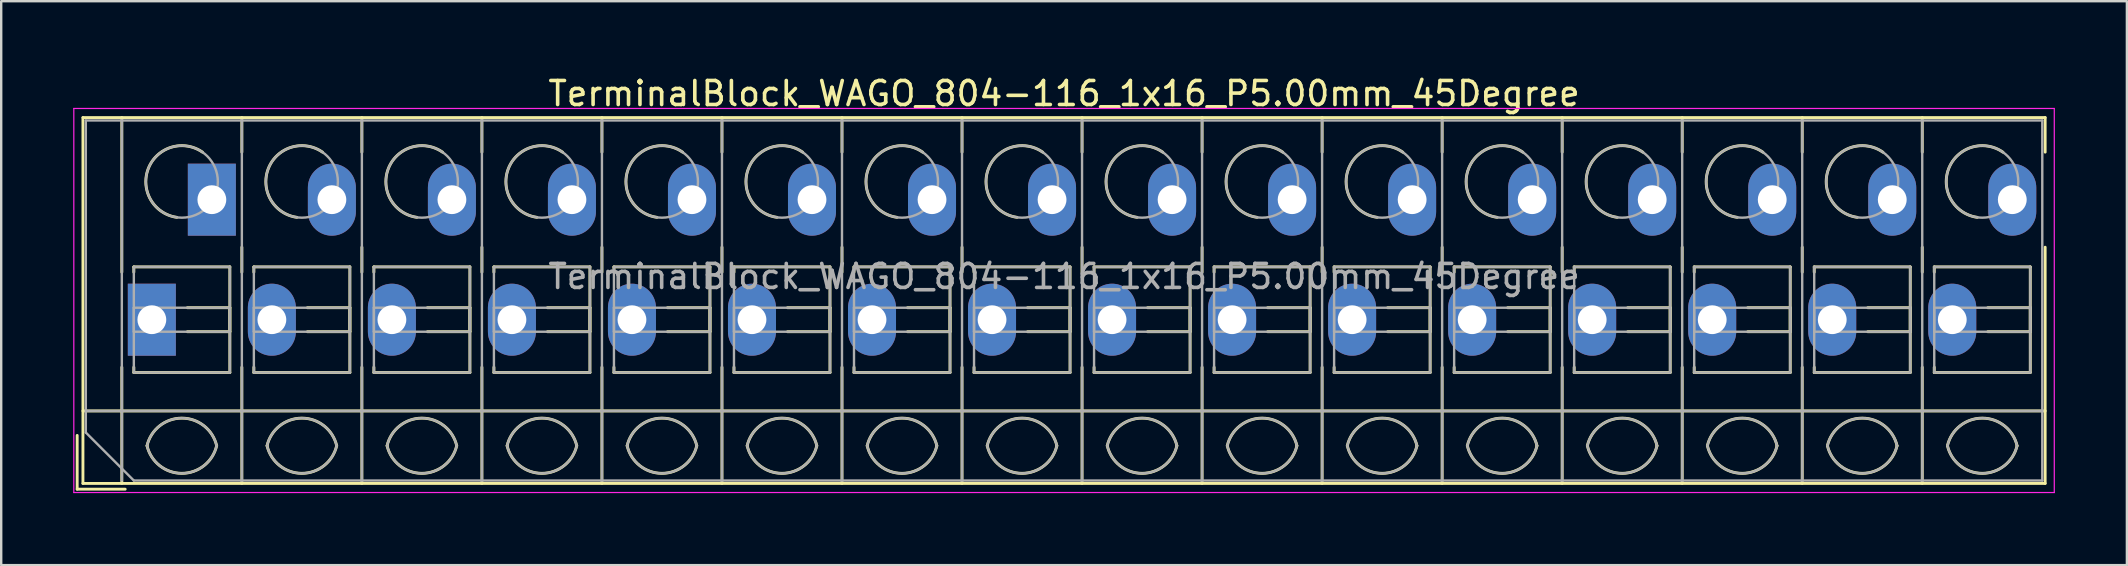
<source format=kicad_pcb>
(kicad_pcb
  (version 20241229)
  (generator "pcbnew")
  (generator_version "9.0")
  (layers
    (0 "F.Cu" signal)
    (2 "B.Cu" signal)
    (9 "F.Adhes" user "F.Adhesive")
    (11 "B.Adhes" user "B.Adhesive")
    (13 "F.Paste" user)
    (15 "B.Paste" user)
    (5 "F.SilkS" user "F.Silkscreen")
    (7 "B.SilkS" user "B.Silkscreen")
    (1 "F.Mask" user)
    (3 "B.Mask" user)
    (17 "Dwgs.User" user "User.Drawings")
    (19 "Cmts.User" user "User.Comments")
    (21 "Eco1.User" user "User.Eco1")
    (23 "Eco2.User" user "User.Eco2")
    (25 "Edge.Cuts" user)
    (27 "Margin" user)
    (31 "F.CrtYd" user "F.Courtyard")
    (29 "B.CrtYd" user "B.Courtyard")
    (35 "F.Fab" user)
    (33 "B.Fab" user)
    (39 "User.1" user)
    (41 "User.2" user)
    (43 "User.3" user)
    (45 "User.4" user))
  (footprint "TerminalBlock_WAGO_804-116_1x16_P5.00mm_45Degree"
    (layer "F.Cu")
    (at 3.275 10.268)
    (property "Reference" "TerminalBlock_WAGO_804-116_1x16_P5.00mm_45Degree" (at 38 -9.42 0) (layer "F.SilkS") (effects (font (size 1 1) (thickness 0.15))))
    (attr through_hole)
    (fp_line (start -3.11 4.82) (end -3.11 7.06) (stroke (width 0.12) (type solid)) (layer "F.SilkS"))
    (fp_line (start -3.11 7.06) (end -1.11 7.06) (stroke (width 0.12) (type solid)) (layer "F.SilkS"))
    (fp_line (start -2.87 -8.42) (end -2.87 6.82) (stroke (width 0.12) (type solid)) (layer "F.SilkS"))
    (fp_line (start -2.87 -8.42) (end 78.87 -8.42) (stroke (width 0.12) (type solid)) (layer "F.SilkS"))
    (fp_line (start -2.87 3.8) (end 78.87 3.8) (stroke (width 0.12) (type solid)) (layer "F.SilkS"))
    (fp_line (start -2.87 6.82) (end 78.87 6.82) (stroke (width 0.12) (type solid)) (layer "F.SilkS"))
    (fp_line (start -1.25 -8.42) (end -1.25 -1.98) (stroke (width 0.12) (type solid)) (layer "F.SilkS"))
    (fp_line (start -1.25 1.98) (end -1.25 6.82) (stroke (width 0.12) (type solid)) (layer "F.SilkS"))
    (fp_line (start -0.75 -2.2) (end -0.75 -1.98) (stroke (width 0.12) (type solid)) (layer "F.SilkS"))
    (fp_line (start -0.75 -2.2) (end 3.25 -2.2) (stroke (width 0.12) (type solid)) (layer "F.SilkS"))
    (fp_line (start -0.75 1.98) (end -0.75 2.2) (stroke (width 0.12) (type solid)) (layer "F.SilkS"))
    (fp_line (start -0.75 2.2) (end 3.25 2.2) (stroke (width 0.12) (type solid)) (layer "F.SilkS"))
    (fp_line (start 1.48 -0.5) (end 3.25 -0.5) (stroke (width 0.12) (type solid)) (layer "F.SilkS"))
    (fp_line (start 1.48 0.5) (end 3.25 0.5) (stroke (width 0.12) (type solid)) (layer "F.SilkS"))
    (fp_line (start 3.25 -2.2) (end 3.25 2.2) (stroke (width 0.12) (type solid)) (layer "F.SilkS"))
    (fp_line (start 3.25 -0.5) (end 3.25 0.5) (stroke (width 0.12) (type solid)) (layer "F.SilkS"))
    (fp_line (start 3.75 -8.42) (end 3.75 -6.98) (stroke (width 0.12) (type solid)) (layer "F.SilkS"))
    (fp_line (start 3.75 -3.02) (end 3.75 -1.98) (stroke (width 0.12) (type solid)) (layer "F.SilkS"))
    (fp_line (start 3.75 1.98) (end 3.75 6.82) (stroke (width 0.12) (type solid)) (layer "F.SilkS"))
    (fp_line (start 4.25 -2.2) (end 4.25 -1.98) (stroke (width 0.12) (type solid)) (layer "F.SilkS"))
    (fp_line (start 4.25 -2.2) (end 8.25 -2.2) (stroke (width 0.12) (type solid)) (layer "F.SilkS"))
    (fp_line (start 4.25 1.98) (end 4.25 2.2) (stroke (width 0.12) (type solid)) (layer "F.SilkS"))
    (fp_line (start 4.25 2.2) (end 8.25 2.2) (stroke (width 0.12) (type solid)) (layer "F.SilkS"))
    (fp_line (start 6.48 -0.5) (end 8.25 -0.5) (stroke (width 0.12) (type solid)) (layer "F.SilkS"))
    (fp_line (start 6.48 0.5) (end 8.25 0.5) (stroke (width 0.12) (type solid)) (layer "F.SilkS"))
    (fp_line (start 8.25 -2.2) (end 8.25 2.2) (stroke (width 0.12) (type solid)) (layer "F.SilkS"))
    (fp_line (start 8.25 -0.5) (end 8.25 0.5) (stroke (width 0.12) (type solid)) (layer "F.SilkS"))
    (fp_line (start 8.75 -8.42) (end 8.75 -6.98) (stroke (width 0.12) (type solid)) (layer "F.SilkS"))
    (fp_line (start 8.75 -3.02) (end 8.75 -1.98) (stroke (width 0.12) (type solid)) (layer "F.SilkS"))
    (fp_line (start 8.75 1.98) (end 8.75 6.82) (stroke (width 0.12) (type solid)) (layer "F.SilkS"))
    (fp_line (start 9.25 -2.2) (end 9.25 -1.98) (stroke (width 0.12) (type solid)) (layer "F.SilkS"))
    (fp_line (start 9.25 -2.2) (end 13.25 -2.2) (stroke (width 0.12) (type solid)) (layer "F.SilkS"))
    (fp_line (start 9.25 1.98) (end 9.25 2.2) (stroke (width 0.12) (type solid)) (layer "F.SilkS"))
    (fp_line (start 9.25 2.2) (end 13.25 2.2) (stroke (width 0.12) (type solid)) (layer "F.SilkS"))
    (fp_line (start 11.48 -0.5) (end 13.25 -0.5) (stroke (width 0.12) (type solid)) (layer "F.SilkS"))
    (fp_line (start 11.48 0.5) (end 13.25 0.5) (stroke (width 0.12) (type solid)) (layer "F.SilkS"))
    (fp_line (start 13.25 -2.2) (end 13.25 2.2) (stroke (width 0.12) (type solid)) (layer "F.SilkS"))
    (fp_line (start 13.25 -0.5) (end 13.25 0.5) (stroke (width 0.12) (type solid)) (layer "F.SilkS"))
    (fp_line (start 13.75 -8.42) (end 13.75 -6.98) (stroke (width 0.12) (type solid)) (layer "F.SilkS"))
    (fp_line (start 13.75 -3.02) (end 13.75 -1.98) (stroke (width 0.12) (type solid)) (layer "F.SilkS"))
    (fp_line (start 13.75 1.98) (end 13.75 6.82) (stroke (width 0.12) (type solid)) (layer "F.SilkS"))
    (fp_line (start 14.25 -2.2) (end 14.25 -1.98) (stroke (width 0.12) (type solid)) (layer "F.SilkS"))
    (fp_line (start 14.25 -2.2) (end 18.25 -2.2) (stroke (width 0.12) (type solid)) (layer "F.SilkS"))
    (fp_line (start 14.25 1.98) (end 14.25 2.2) (stroke (width 0.12) (type solid)) (layer "F.SilkS"))
    (fp_line (start 14.25 2.2) (end 18.25 2.2) (stroke (width 0.12) (type solid)) (layer "F.SilkS"))
    (fp_line (start 16.48 -0.5) (end 18.25 -0.5) (stroke (width 0.12) (type solid)) (layer "F.SilkS"))
    (fp_line (start 16.48 0.5) (end 18.25 0.5) (stroke (width 0.12) (type solid)) (layer "F.SilkS"))
    (fp_line (start 18.25 -2.2) (end 18.25 2.2) (stroke (width 0.12) (type solid)) (layer "F.SilkS"))
    (fp_line (start 18.25 -0.5) (end 18.25 0.5) (stroke (width 0.12) (type solid)) (layer "F.SilkS"))
    (fp_line (start 18.75 -8.42) (end 18.75 -6.98) (stroke (width 0.12) (type solid)) (layer "F.SilkS"))
    (fp_line (start 18.75 -3.02) (end 18.75 -1.98) (stroke (width 0.12) (type solid)) (layer "F.SilkS"))
    (fp_line (start 18.75 1.98) (end 18.75 6.82) (stroke (width 0.12) (type solid)) (layer "F.SilkS"))
    (fp_line (start 19.25 -2.2) (end 19.25 -1.98) (stroke (width 0.12) (type solid)) (layer "F.SilkS"))
    (fp_line (start 19.25 -2.2) (end 23.25 -2.2) (stroke (width 0.12) (type solid)) (layer "F.SilkS"))
    (fp_line (start 19.25 1.98) (end 19.25 2.2) (stroke (width 0.12) (type solid)) (layer "F.SilkS"))
    (fp_line (start 19.25 2.2) (end 23.25 2.2) (stroke (width 0.12) (type solid)) (layer "F.SilkS"))
    (fp_line (start 21.48 -0.5) (end 23.25 -0.5) (stroke (width 0.12) (type solid)) (layer "F.SilkS"))
    (fp_line (start 21.48 0.5) (end 23.25 0.5) (stroke (width 0.12) (type solid)) (layer "F.SilkS"))
    (fp_line (start 23.25 -2.2) (end 23.25 2.2) (stroke (width 0.12) (type solid)) (layer "F.SilkS"))
    (fp_line (start 23.25 -0.5) (end 23.25 0.5) (stroke (width 0.12) (type solid)) (layer "F.SilkS"))
    (fp_line (start 23.75 -8.42) (end 23.75 -6.98) (stroke (width 0.12) (type solid)) (layer "F.SilkS"))
    (fp_line (start 23.75 -3.02) (end 23.75 -1.98) (stroke (width 0.12) (type solid)) (layer "F.SilkS"))
    (fp_line (start 23.75 1.98) (end 23.75 6.82) (stroke (width 0.12) (type solid)) (layer "F.SilkS"))
    (fp_line (start 24.25 -2.2) (end 24.25 -1.98) (stroke (width 0.12) (type solid)) (layer "F.SilkS"))
    (fp_line (start 24.25 -2.2) (end 28.25 -2.2) (stroke (width 0.12) (type solid)) (layer "F.SilkS"))
    (fp_line (start 24.25 1.98) (end 24.25 2.2) (stroke (width 0.12) (type solid)) (layer "F.SilkS"))
    (fp_line (start 24.25 2.2) (end 28.25 2.2) (stroke (width 0.12) (type solid)) (layer "F.SilkS"))
    (fp_line (start 26.48 -0.5) (end 28.25 -0.5) (stroke (width 0.12) (type solid)) (layer "F.SilkS"))
    (fp_line (start 26.48 0.5) (end 28.25 0.5) (stroke (width 0.12) (type solid)) (layer "F.SilkS"))
    (fp_line (start 28.25 -2.2) (end 28.25 2.2) (stroke (width 0.12) (type solid)) (layer "F.SilkS"))
    (fp_line (start 28.25 -0.5) (end 28.25 0.5) (stroke (width 0.12) (type solid)) (layer "F.SilkS"))
    (fp_line (start 28.75 -8.42) (end 28.75 -6.98) (stroke (width 0.12) (type solid)) (layer "F.SilkS"))
    (fp_line (start 28.75 -3.02) (end 28.75 -1.98) (stroke (width 0.12) (type solid)) (layer "F.SilkS"))
    (fp_line (start 28.75 1.98) (end 28.75 6.82) (stroke (width 0.12) (type solid)) (layer "F.SilkS"))
    (fp_line (start 29.25 -2.2) (end 29.25 -1.98) (stroke (width 0.12) (type solid)) (layer "F.SilkS"))
    (fp_line (start 29.25 -2.2) (end 33.25 -2.2) (stroke (width 0.12) (type solid)) (layer "F.SilkS"))
    (fp_line (start 29.25 1.98) (end 29.25 2.2) (stroke (width 0.12) (type solid)) (layer "F.SilkS"))
    (fp_line (start 29.25 2.2) (end 33.25 2.2) (stroke (width 0.12) (type solid)) (layer "F.SilkS"))
    (fp_line (start 31.48 -0.5) (end 33.25 -0.5) (stroke (width 0.12) (type solid)) (layer "F.SilkS"))
    (fp_line (start 31.48 0.5) (end 33.25 0.5) (stroke (width 0.12) (type solid)) (layer "F.SilkS"))
    (fp_line (start 33.25 -2.2) (end 33.25 2.2) (stroke (width 0.12) (type solid)) (layer "F.SilkS"))
    (fp_line (start 33.25 -0.5) (end 33.25 0.5) (stroke (width 0.12) (type solid)) (layer "F.SilkS"))
    (fp_line (start 33.75 -8.42) (end 33.75 -6.98) (stroke (width 0.12) (type solid)) (layer "F.SilkS"))
    (fp_line (start 33.75 -3.02) (end 33.75 -1.98) (stroke (width 0.12) (type solid)) (layer "F.SilkS"))
    (fp_line (start 33.75 1.98) (end 33.75 6.82) (stroke (width 0.12) (type solid)) (layer "F.SilkS"))
    (fp_line (start 34.25 -2.2) (end 34.25 -1.98) (stroke (width 0.12) (type solid)) (layer "F.SilkS"))
    (fp_line (start 34.25 -2.2) (end 38.25 -2.2) (stroke (width 0.12) (type solid)) (layer "F.SilkS"))
    (fp_line (start 34.25 1.98) (end 34.25 2.2) (stroke (width 0.12) (type solid)) (layer "F.SilkS"))
    (fp_line (start 34.25 2.2) (end 38.25 2.2) (stroke (width 0.12) (type solid)) (layer "F.SilkS"))
    (fp_line (start 36.48 -0.5) (end 38.25 -0.5) (stroke (width 0.12) (type solid)) (layer "F.SilkS"))
    (fp_line (start 36.48 0.5) (end 38.25 0.5) (stroke (width 0.12) (type solid)) (layer "F.SilkS"))
    (fp_line (start 38.25 -2.2) (end 38.25 2.2) (stroke (width 0.12) (type solid)) (layer "F.SilkS"))
    (fp_line (start 38.25 -0.5) (end 38.25 0.5) (stroke (width 0.12) (type solid)) (layer "F.SilkS"))
    (fp_line (start 38.75 -8.42) (end 38.75 -6.98) (stroke (width 0.12) (type solid)) (layer "F.SilkS"))
    (fp_line (start 38.75 -3.02) (end 38.75 -1.98) (stroke (width 0.12) (type solid)) (layer "F.SilkS"))
    (fp_line (start 38.75 1.98) (end 38.75 6.82) (stroke (width 0.12) (type solid)) (layer "F.SilkS"))
    (fp_line (start 39.25 -2.2) (end 39.25 -1.98) (stroke (width 0.12) (type solid)) (layer "F.SilkS"))
    (fp_line (start 39.25 -2.2) (end 43.25 -2.2) (stroke (width 0.12) (type solid)) (layer "F.SilkS"))
    (fp_line (start 39.25 1.98) (end 39.25 2.2) (stroke (width 0.12) (type solid)) (layer "F.SilkS"))
    (fp_line (start 39.25 2.2) (end 43.25 2.2) (stroke (width 0.12) (type solid)) (layer "F.SilkS"))
    (fp_line (start 41.48 -0.5) (end 43.25 -0.5) (stroke (width 0.12) (type solid)) (layer "F.SilkS"))
    (fp_line (start 41.48 0.5) (end 43.25 0.5) (stroke (width 0.12) (type solid)) (layer "F.SilkS"))
    (fp_line (start 43.25 -2.2) (end 43.25 2.2) (stroke (width 0.12) (type solid)) (layer "F.SilkS"))
    (fp_line (start 43.25 -0.5) (end 43.25 0.5) (stroke (width 0.12) (type solid)) (layer "F.SilkS"))
    (fp_line (start 43.75 -8.42) (end 43.75 -6.98) (stroke (width 0.12) (type solid)) (layer "F.SilkS"))
    (fp_line (start 43.75 -3.02) (end 43.75 -1.98) (stroke (width 0.12) (type solid)) (layer "F.SilkS"))
    (fp_line (start 43.75 1.98) (end 43.75 6.82) (stroke (width 0.12) (type solid)) (layer "F.SilkS"))
    (fp_line (start 44.25 -2.2) (end 44.25 -1.98) (stroke (width 0.12) (type solid)) (layer "F.SilkS"))
    (fp_line (start 44.25 -2.2) (end 48.25 -2.2) (stroke (width 0.12) (type solid)) (layer "F.SilkS"))
    (fp_line (start 44.25 1.98) (end 44.25 2.2) (stroke (width 0.12) (type solid)) (layer "F.SilkS"))
    (fp_line (start 44.25 2.2) (end 48.25 2.2) (stroke (width 0.12) (type solid)) (layer "F.SilkS"))
    (fp_line (start 46.48 -0.5) (end 48.25 -0.5) (stroke (width 0.12) (type solid)) (layer "F.SilkS"))
    (fp_line (start 46.48 0.5) (end 48.25 0.5) (stroke (width 0.12) (type solid)) (layer "F.SilkS"))
    (fp_line (start 48.25 -2.2) (end 48.25 2.2) (stroke (width 0.12) (type solid)) (layer "F.SilkS"))
    (fp_line (start 48.25 -0.5) (end 48.25 0.5) (stroke (width 0.12) (type solid)) (layer "F.SilkS"))
    (fp_line (start 48.75 -8.42) (end 48.75 -6.98) (stroke (width 0.12) (type solid)) (layer "F.SilkS"))
    (fp_line (start 48.75 -3.02) (end 48.75 -1.98) (stroke (width 0.12) (type solid)) (layer "F.SilkS"))
    (fp_line (start 48.75 1.98) (end 48.75 6.82) (stroke (width 0.12) (type solid)) (layer "F.SilkS"))
    (fp_line (start 49.25 -2.2) (end 49.25 -1.98) (stroke (width 0.12) (type solid)) (layer "F.SilkS"))
    (fp_line (start 49.25 -2.2) (end 53.25 -2.2) (stroke (width 0.12) (type solid)) (layer "F.SilkS"))
    (fp_line (start 49.25 1.98) (end 49.25 2.2) (stroke (width 0.12) (type solid)) (layer "F.SilkS"))
    (fp_line (start 49.25 2.2) (end 53.25 2.2) (stroke (width 0.12) (type solid)) (layer "F.SilkS"))
    (fp_line (start 51.48 -0.5) (end 53.25 -0.5) (stroke (width 0.12) (type solid)) (layer "F.SilkS"))
    (fp_line (start 51.48 0.5) (end 53.25 0.5) (stroke (width 0.12) (type solid)) (layer "F.SilkS"))
    (fp_line (start 53.25 -2.2) (end 53.25 2.2) (stroke (width 0.12) (type solid)) (layer "F.SilkS"))
    (fp_line (start 53.25 -0.5) (end 53.25 0.5) (stroke (width 0.12) (type solid)) (layer "F.SilkS"))
    (fp_line (start 53.75 -8.42) (end 53.75 -6.98) (stroke (width 0.12) (type solid)) (layer "F.SilkS"))
    (fp_line (start 53.75 -3.02) (end 53.75 -1.98) (stroke (width 0.12) (type solid)) (layer "F.SilkS"))
    (fp_line (start 53.75 1.98) (end 53.75 6.82) (stroke (width 0.12) (type solid)) (layer "F.SilkS"))
    (fp_line (start 54.25 -2.2) (end 54.25 -1.98) (stroke (width 0.12) (type solid)) (layer "F.SilkS"))
    (fp_line (start 54.25 -2.2) (end 58.25 -2.2) (stroke (width 0.12) (type solid)) (layer "F.SilkS"))
    (fp_line (start 54.25 1.98) (end 54.25 2.2) (stroke (width 0.12) (type solid)) (layer "F.SilkS"))
    (fp_line (start 54.25 2.2) (end 58.25 2.2) (stroke (width 0.12) (type solid)) (layer "F.SilkS"))
    (fp_line (start 56.48 -0.5) (end 58.25 -0.5) (stroke (width 0.12) (type solid)) (layer "F.SilkS"))
    (fp_line (start 56.48 0.5) (end 58.25 0.5) (stroke (width 0.12) (type solid)) (layer "F.SilkS"))
    (fp_line (start 58.25 -2.2) (end 58.25 2.2) (stroke (width 0.12) (type solid)) (layer "F.SilkS"))
    (fp_line (start 58.25 -0.5) (end 58.25 0.5) (stroke (width 0.12) (type solid)) (layer "F.SilkS"))
    (fp_line (start 58.75 -8.42) (end 58.75 -6.98) (stroke (width 0.12) (type solid)) (layer "F.SilkS"))
    (fp_line (start 58.75 -3.02) (end 58.75 -1.98) (stroke (width 0.12) (type solid)) (layer "F.SilkS"))
    (fp_line (start 58.75 1.98) (end 58.75 6.82) (stroke (width 0.12) (type solid)) (layer "F.SilkS"))
    (fp_line (start 59.25 -2.2) (end 59.25 -1.98) (stroke (width 0.12) (type solid)) (layer "F.SilkS"))
    (fp_line (start 59.25 -2.2) (end 63.25 -2.2) (stroke (width 0.12) (type solid)) (layer "F.SilkS"))
    (fp_line (start 59.25 1.98) (end 59.25 2.2) (stroke (width 0.12) (type solid)) (layer "F.SilkS"))
    (fp_line (start 59.25 2.2) (end 63.25 2.2) (stroke (width 0.12) (type solid)) (layer "F.SilkS"))
    (fp_line (start 61.48 -0.5) (end 63.25 -0.5) (stroke (width 0.12) (type solid)) (layer "F.SilkS"))
    (fp_line (start 61.48 0.5) (end 63.25 0.5) (stroke (width 0.12) (type solid)) (layer "F.SilkS"))
    (fp_line (start 63.25 -2.2) (end 63.25 2.2) (stroke (width 0.12) (type solid)) (layer "F.SilkS"))
    (fp_line (start 63.25 -0.5) (end 63.25 0.5) (stroke (width 0.12) (type solid)) (layer "F.SilkS"))
    (fp_line (start 63.75 -8.42) (end 63.75 -6.98) (stroke (width 0.12) (type solid)) (layer "F.SilkS"))
    (fp_line (start 63.75 -3.02) (end 63.75 -1.98) (stroke (width 0.12) (type solid)) (layer "F.SilkS"))
    (fp_line (start 63.75 1.98) (end 63.75 6.82) (stroke (width 0.12) (type solid)) (layer "F.SilkS"))
    (fp_line (start 64.25 -2.2) (end 64.25 -1.98) (stroke (width 0.12) (type solid)) (layer "F.SilkS"))
    (fp_line (start 64.25 -2.2) (end 68.25 -2.2) (stroke (width 0.12) (type solid)) (layer "F.SilkS"))
    (fp_line (start 64.25 1.98) (end 64.25 2.2) (stroke (width 0.12) (type solid)) (layer "F.SilkS"))
    (fp_line (start 64.25 2.2) (end 68.25 2.2) (stroke (width 0.12) (type solid)) (layer "F.SilkS"))
    (fp_line (start 66.48 -0.5) (end 68.25 -0.5) (stroke (width 0.12) (type solid)) (layer "F.SilkS"))
    (fp_line (start 66.48 0.5) (end 68.25 0.5) (stroke (width 0.12) (type solid)) (layer "F.SilkS"))
    (fp_line (start 68.25 -2.2) (end 68.25 2.2) (stroke (width 0.12) (type solid)) (layer "F.SilkS"))
    (fp_line (start 68.25 -0.5) (end 68.25 0.5) (stroke (width 0.12) (type solid)) (layer "F.SilkS"))
    (fp_line (start 68.75 -8.42) (end 68.75 -6.98) (stroke (width 0.12) (type solid)) (layer "F.SilkS"))
    (fp_line (start 68.75 -3.02) (end 68.75 -1.98) (stroke (width 0.12) (type solid)) (layer "F.SilkS"))
    (fp_line (start 68.75 1.98) (end 68.75 6.82) (stroke (width 0.12) (type solid)) (layer "F.SilkS"))
    (fp_line (start 69.25 -2.2) (end 69.25 -1.98) (stroke (width 0.12) (type solid)) (layer "F.SilkS"))
    (fp_line (start 69.25 -2.2) (end 73.25 -2.2) (stroke (width 0.12) (type solid)) (layer "F.SilkS"))
    (fp_line (start 69.25 1.98) (end 69.25 2.2) (stroke (width 0.12) (type solid)) (layer "F.SilkS"))
    (fp_line (start 69.25 2.2) (end 73.25 2.2) (stroke (width 0.12) (type solid)) (layer "F.SilkS"))
    (fp_line (start 71.48 -0.5) (end 73.25 -0.5) (stroke (width 0.12) (type solid)) (layer "F.SilkS"))
    (fp_line (start 71.48 0.5) (end 73.25 0.5) (stroke (width 0.12) (type solid)) (layer "F.SilkS"))
    (fp_line (start 73.25 -2.2) (end 73.25 2.2) (stroke (width 0.12) (type solid)) (layer "F.SilkS"))
    (fp_line (start 73.25 -0.5) (end 73.25 0.5) (stroke (width 0.12) (type solid)) (layer "F.SilkS"))
    (fp_line (start 73.75 -8.42) (end 73.75 -6.98) (stroke (width 0.12) (type solid)) (layer "F.SilkS"))
    (fp_line (start 73.75 -3.02) (end 73.75 -1.98) (stroke (width 0.12) (type solid)) (layer "F.SilkS"))
    (fp_line (start 73.75 1.98) (end 73.75 6.82) (stroke (width 0.12) (type solid)) (layer "F.SilkS"))
    (fp_line (start 74.25 -2.2) (end 74.25 -1.98) (stroke (width 0.12) (type solid)) (layer "F.SilkS"))
    (fp_line (start 74.25 -2.2) (end 78.25 -2.2) (stroke (width 0.12) (type solid)) (layer "F.SilkS"))
    (fp_line (start 74.25 1.98) (end 74.25 2.2) (stroke (width 0.12) (type solid)) (layer "F.SilkS"))
    (fp_line (start 74.25 2.2) (end 78.25 2.2) (stroke (width 0.12) (type solid)) (layer "F.SilkS"))
    (fp_line (start 76.48 -0.5) (end 78.25 -0.5) (stroke (width 0.12) (type solid)) (layer "F.SilkS"))
    (fp_line (start 76.48 0.5) (end 78.25 0.5) (stroke (width 0.12) (type solid)) (layer "F.SilkS"))
    (fp_line (start 78.25 -2.2) (end 78.25 2.2) (stroke (width 0.12) (type solid)) (layer "F.SilkS"))
    (fp_line (start 78.25 -0.5) (end 78.25 0.5) (stroke (width 0.12) (type solid)) (layer "F.SilkS"))
    (fp_line (start 78.87 -8.42) (end 78.87 -6.98) (stroke (width 0.12) (type solid)) (layer "F.SilkS"))
    (fp_line (start 78.87 -3.02) (end 78.87 6.82) (stroke (width 0.12) (type solid)) (layer "F.SilkS"))
    (fp_arc (start -0.200865 5.250424) (mid 1.250296 4.099926) (end 2.701 5.251) (stroke (width 0.12) (type solid)) (layer "F.SilkS"))
    (fp_arc (start 1.040798 -4.264067) (mid -0.146039 -6.300306) (end 2.111 -6.979) (stroke (width 0.12) (type solid)) (layer "F.SilkS"))
    (fp_arc (start 2.7 5.25) (mid 1.250068 6.400101) (end -0.199969 5.250133) (stroke (width 0.12) (type solid)) (layer "F.SilkS"))
    (fp_arc (start 4.799135 5.250424) (mid 6.250296 4.099926) (end 7.701 5.251) (stroke (width 0.12) (type solid)) (layer "F.SilkS"))
    (fp_arc (start 6.040798 -4.264067) (mid 4.853961 -6.300306) (end 7.111 -6.979) (stroke (width 0.12) (type solid)) (layer "F.SilkS"))
    (fp_arc (start 7.7 5.25) (mid 6.250068 6.400101) (end 4.800031 5.250133) (stroke (width 0.12) (type solid)) (layer "F.SilkS"))
    (fp_arc (start 9.799135 5.250424) (mid 11.250296 4.099926) (end 12.701 5.251) (stroke (width 0.12) (type solid)) (layer "F.SilkS"))
    (fp_arc (start 11.040798 -4.264067) (mid 9.853961 -6.300306) (end 12.111 -6.979) (stroke (width 0.12) (type solid)) (layer "F.SilkS"))
    (fp_arc (start 12.7 5.25) (mid 11.250068 6.400101) (end 9.800031 5.250133) (stroke (width 0.12) (type solid)) (layer "F.SilkS"))
    (fp_arc (start 14.799135 5.250424) (mid 16.250296 4.099926) (end 17.701 5.251) (stroke (width 0.12) (type solid)) (layer "F.SilkS"))
    (fp_arc (start 16.040798 -4.264067) (mid 14.853961 -6.300306) (end 17.111 -6.979) (stroke (width 0.12) (type solid)) (layer "F.SilkS"))
    (fp_arc (start 17.7 5.25) (mid 16.250068 6.400101) (end 14.800031 5.250133) (stroke (width 0.12) (type solid)) (layer "F.SilkS"))
    (fp_arc (start 19.799135 5.250424) (mid 21.250296 4.099926) (end 22.701 5.251) (stroke (width 0.12) (type solid)) (layer "F.SilkS"))
    (fp_arc (start 21.040798 -4.264067) (mid 19.853961 -6.300306) (end 22.111 -6.979) (stroke (width 0.12) (type solid)) (layer "F.SilkS"))
    (fp_arc (start 22.7 5.25) (mid 21.250068 6.400101) (end 19.800031 5.250133) (stroke (width 0.12) (type solid)) (layer "F.SilkS"))
    (fp_arc (start 24.799135 5.250424) (mid 26.250296 4.099926) (end 27.701 5.251) (stroke (width 0.12) (type solid)) (layer "F.SilkS"))
    (fp_arc (start 26.040798 -4.264067) (mid 24.853961 -6.300306) (end 27.111 -6.979) (stroke (width 0.12) (type solid)) (layer "F.SilkS"))
    (fp_arc (start 27.7 5.25) (mid 26.250068 6.400101) (end 24.800031 5.250133) (stroke (width 0.12) (type solid)) (layer "F.SilkS"))
    (fp_arc (start 29.799135 5.250424) (mid 31.250296 4.099926) (end 32.701 5.251) (stroke (width 0.12) (type solid)) (layer "F.SilkS"))
    (fp_arc (start 31.040798 -4.264067) (mid 29.853961 -6.300306) (end 32.111 -6.979) (stroke (width 0.12) (type solid)) (layer "F.SilkS"))
    (fp_arc (start 32.701 5.25) (mid 31.250296 6.401074) (end 29.799135 5.250576) (stroke (width 0.12) (type solid)) (layer "F.SilkS"))
    (fp_arc (start 34.799135 5.250424) (mid 36.250296 4.099926) (end 37.701 5.251) (stroke (width 0.12) (type solid)) (layer "F.SilkS"))
    (fp_arc (start 36.040798 -4.264067) (mid 34.853961 -6.300306) (end 37.111 -6.979) (stroke (width 0.12) (type solid)) (layer "F.SilkS"))
    (fp_arc (start 37.7 5.25) (mid 36.250068 6.400101) (end 34.800031 5.250133) (stroke (width 0.12) (type solid)) (layer "F.SilkS"))
    (fp_arc (start 39.799135 5.250424) (mid 41.250296 4.099926) (end 42.701 5.251) (stroke (width 0.12) (type solid)) (layer "F.SilkS"))
    (fp_arc (start 41.040798 -4.264067) (mid 39.853961 -6.300306) (end 42.111 -6.979) (stroke (width 0.12) (type solid)) (layer "F.SilkS"))
    (fp_arc (start 42.7 5.25) (mid 41.250068 6.400101) (end 39.800031 5.250133) (stroke (width 0.12) (type solid)) (layer "F.SilkS"))
    (fp_arc (start 44.799135 5.250424) (mid 46.250296 4.099926) (end 47.701 5.251) (stroke (width 0.12) (type solid)) (layer "F.SilkS"))
    (fp_arc (start 46.040798 -4.264067) (mid 44.853961 -6.300306) (end 47.111 -6.979) (stroke (width 0.12) (type solid)) (layer "F.SilkS"))
    (fp_arc (start 47.7 5.25) (mid 46.250068 6.400101) (end 44.800031 5.250133) (stroke (width 0.12) (type solid)) (layer "F.SilkS"))
    (fp_arc (start 49.799135 5.250424) (mid 51.250296 4.099926) (end 52.701 5.251) (stroke (width 0.12) (type solid)) (layer "F.SilkS"))
    (fp_arc (start 51.040798 -4.264067) (mid 49.853961 -6.300306) (end 52.111 -6.979) (stroke (width 0.12) (type solid)) (layer "F.SilkS"))
    (fp_arc (start 52.7 5.25) (mid 51.250068 6.400101) (end 49.800031 5.250133) (stroke (width 0.12) (type solid)) (layer "F.SilkS"))
    (fp_arc (start 54.799135 5.250424) (mid 56.250296 4.099926) (end 57.701 5.251) (stroke (width 0.12) (type solid)) (layer "F.SilkS"))
    (fp_arc (start 56.040798 -4.264067) (mid 54.853961 -6.300306) (end 57.111 -6.979) (stroke (width 0.12) (type solid)) (layer "F.SilkS"))
    (fp_arc (start 57.7 5.25) (mid 56.250068 6.400101) (end 54.800031 5.250133) (stroke (width 0.12) (type solid)) (layer "F.SilkS"))
    (fp_arc (start 59.799135 5.250424) (mid 61.250296 4.099926) (end 62.701 5.251) (stroke (width 0.12) (type solid)) (layer "F.SilkS"))
    (fp_arc (start 61.040798 -4.264067) (mid 59.853961 -6.300306) (end 62.111 -6.979) (stroke (width 0.12) (type solid)) (layer "F.SilkS"))
    (fp_arc (start 62.7 5.25) (mid 61.250068 6.400101) (end 59.800031 5.250133) (stroke (width 0.12) (type solid)) (layer "F.SilkS"))
    (fp_arc (start 64.799135 5.250424) (mid 66.250296 4.099926) (end 67.701 5.251) (stroke (width 0.12) (type solid)) (layer "F.SilkS"))
    (fp_arc (start 66.040798 -4.264067) (mid 64.853961 -6.300306) (end 67.111 -6.979) (stroke (width 0.12) (type solid)) (layer "F.SilkS"))
    (fp_arc (start 67.7 5.25) (mid 66.250068 6.400101) (end 64.800031 5.250133) (stroke (width 0.12) (type solid)) (layer "F.SilkS"))
    (fp_arc (start 69.799135 5.250424) (mid 71.250296 4.099926) (end 72.701 5.251) (stroke (width 0.12) (type solid)) (layer "F.SilkS"))
    (fp_arc (start 71.040798 -4.264067) (mid 69.853961 -6.300306) (end 72.111 -6.979) (stroke (width 0.12) (type solid)) (layer "F.SilkS"))
    (fp_arc (start 72.7 5.25) (mid 71.250068 6.400101) (end 69.800031 5.250133) (stroke (width 0.12) (type solid)) (layer "F.SilkS"))
    (fp_arc (start 74.799135 5.250424) (mid 76.250296 4.099926) (end 77.701 5.251) (stroke (width 0.12) (type solid)) (layer "F.SilkS"))
    (fp_arc (start 76.040798 -4.264067) (mid 74.853961 -6.300306) (end 77.111 -6.979) (stroke (width 0.12) (type solid)) (layer "F.SilkS"))
    (fp_arc (start 77.7 5.25) (mid 76.250068 6.400101) (end 74.800031 5.250133) (stroke (width 0.12) (type solid)) (layer "F.SilkS"))
    (fp_line (start -3.25 -8.8) (end -3.25 7.2) (stroke (width 0.05) (type solid)) (layer "F.CrtYd"))
    (fp_line (start -3.25 7.2) (end 79.25 7.2) (stroke (width 0.05) (type solid)) (layer "F.CrtYd"))
    (fp_line (start 79.25 -8.8) (end -3.25 -8.8) (stroke (width 0.05) (type solid)) (layer "F.CrtYd"))
    (fp_line (start 79.25 7.2) (end 79.25 -8.8) (stroke (width 0.05) (type solid)) (layer "F.CrtYd"))
    (fp_line (start -2.75 -8.3) (end 78.75 -8.3) (stroke (width 0.1) (type solid)) (layer "F.Fab"))
    (fp_line (start -2.75 3.8) (end 78.75 3.8) (stroke (width 0.1) (type solid)) (layer "F.Fab"))
    (fp_line (start -2.75 4.7) (end -2.75 -8.3) (stroke (width 0.1) (type solid)) (layer "F.Fab"))
    (fp_line (start -1.25 -8.3) (end -1.25 6.7) (stroke (width 0.1) (type solid)) (layer "F.Fab"))
    (fp_line (start -0.75 -2.2) (end -0.75 2.2) (stroke (width 0.1) (type solid)) (layer "F.Fab"))
    (fp_line (start -0.75 -0.5) (end -0.75 0.5) (stroke (width 0.1) (type solid)) (layer "F.Fab"))
    (fp_line (start -0.75 0.5) (end 3.25 0.5) (stroke (width 0.1) (type solid)) (layer "F.Fab"))
    (fp_line (start -0.75 2.2) (end 3.25 2.2) (stroke (width 0.1) (type solid)) (layer "F.Fab"))
    (fp_line (start -0.75 6.7) (end -2.75 4.7) (stroke (width 0.1) (type solid)) (layer "F.Fab"))
    (fp_line (start 3.25 -2.2) (end -0.75 -2.2) (stroke (width 0.1) (type solid)) (layer "F.Fab"))
    (fp_line (start 3.25 -0.5) (end -0.75 -0.5) (stroke (width 0.1) (type solid)) (layer "F.Fab"))
    (fp_line (start 3.25 0.5) (end 3.25 -0.5) (stroke (width 0.1) (type solid)) (layer "F.Fab"))
    (fp_line (start 3.25 2.2) (end 3.25 -2.2) (stroke (width 0.1) (type solid)) (layer "F.Fab"))
    (fp_line (start 3.75 -8.3) (end 3.75 6.7) (stroke (width 0.1) (type solid)) (layer "F.Fab"))
    (fp_line (start 4.25 -2.2) (end 4.25 2.2) (stroke (width 0.1) (type solid)) (layer "F.Fab"))
    (fp_line (start 4.25 -0.5) (end 4.25 0.5) (stroke (width 0.1) (type solid)) (layer "F.Fab"))
    (fp_line (start 4.25 0.5) (end 8.25 0.5) (stroke (width 0.1) (type solid)) (layer "F.Fab"))
    (fp_line (start 4.25 2.2) (end 8.25 2.2) (stroke (width 0.1) (type solid)) (layer "F.Fab"))
    (fp_line (start 8.25 -2.2) (end 4.25 -2.2) (stroke (width 0.1) (type solid)) (layer "F.Fab"))
    (fp_line (start 8.25 -0.5) (end 4.25 -0.5) (stroke (width 0.1) (type solid)) (layer "F.Fab"))
    (fp_line (start 8.25 0.5) (end 8.25 -0.5) (stroke (width 0.1) (type solid)) (layer "F.Fab"))
    (fp_line (start 8.25 2.2) (end 8.25 -2.2) (stroke (width 0.1) (type solid)) (layer "F.Fab"))
    (fp_line (start 8.75 -8.3) (end 8.75 6.7) (stroke (width 0.1) (type solid)) (layer "F.Fab"))
    (fp_line (start 9.25 -2.2) (end 9.25 2.2) (stroke (width 0.1) (type solid)) (layer "F.Fab"))
    (fp_line (start 9.25 -0.5) (end 9.25 0.5) (stroke (width 0.1) (type solid)) (layer "F.Fab"))
    (fp_line (start 9.25 0.5) (end 13.25 0.5) (stroke (width 0.1) (type solid)) (layer "F.Fab"))
    (fp_line (start 9.25 2.2) (end 13.25 2.2) (stroke (width 0.1) (type solid)) (layer "F.Fab"))
    (fp_line (start 13.25 -2.2) (end 9.25 -2.2) (stroke (width 0.1) (type solid)) (layer "F.Fab"))
    (fp_line (start 13.25 -0.5) (end 9.25 -0.5) (stroke (width 0.1) (type solid)) (layer "F.Fab"))
    (fp_line (start 13.25 0.5) (end 13.25 -0.5) (stroke (width 0.1) (type solid)) (layer "F.Fab"))
    (fp_line (start 13.25 2.2) (end 13.25 -2.2) (stroke (width 0.1) (type solid)) (layer "F.Fab"))
    (fp_line (start 13.75 -8.3) (end 13.75 6.7) (stroke (width 0.1) (type solid)) (layer "F.Fab"))
    (fp_line (start 14.25 -2.2) (end 14.25 2.2) (stroke (width 0.1) (type solid)) (layer "F.Fab"))
    (fp_line (start 14.25 -0.5) (end 14.25 0.5) (stroke (width 0.1) (type solid)) (layer "F.Fab"))
    (fp_line (start 14.25 0.5) (end 18.25 0.5) (stroke (width 0.1) (type solid)) (layer "F.Fab"))
    (fp_line (start 14.25 2.2) (end 18.25 2.2) (stroke (width 0.1) (type solid)) (layer "F.Fab"))
    (fp_line (start 18.25 -2.2) (end 14.25 -2.2) (stroke (width 0.1) (type solid)) (layer "F.Fab"))
    (fp_line (start 18.25 -0.5) (end 14.25 -0.5) (stroke (width 0.1) (type solid)) (layer "F.Fab"))
    (fp_line (start 18.25 0.5) (end 18.25 -0.5) (stroke (width 0.1) (type solid)) (layer "F.Fab"))
    (fp_line (start 18.25 2.2) (end 18.25 -2.2) (stroke (width 0.1) (type solid)) (layer "F.Fab"))
    (fp_line (start 18.75 -8.3) (end 18.75 6.7) (stroke (width 0.1) (type solid)) (layer "F.Fab"))
    (fp_line (start 19.25 -2.2) (end 19.25 2.2) (stroke (width 0.1) (type solid)) (layer "F.Fab"))
    (fp_line (start 19.25 -0.5) (end 19.25 0.5) (stroke (width 0.1) (type solid)) (layer "F.Fab"))
    (fp_line (start 19.25 0.5) (end 23.25 0.5) (stroke (width 0.1) (type solid)) (layer "F.Fab"))
    (fp_line (start 19.25 2.2) (end 23.25 2.2) (stroke (width 0.1) (type solid)) (layer "F.Fab"))
    (fp_line (start 23.25 -2.2) (end 19.25 -2.2) (stroke (width 0.1) (type solid)) (layer "F.Fab"))
    (fp_line (start 23.25 -0.5) (end 19.25 -0.5) (stroke (width 0.1) (type solid)) (layer "F.Fab"))
    (fp_line (start 23.25 0.5) (end 23.25 -0.5) (stroke (width 0.1) (type solid)) (layer "F.Fab"))
    (fp_line (start 23.25 2.2) (end 23.25 -2.2) (stroke (width 0.1) (type solid)) (layer "F.Fab"))
    (fp_line (start 23.75 -8.3) (end 23.75 6.7) (stroke (width 0.1) (type solid)) (layer "F.Fab"))
    (fp_line (start 24.25 -2.2) (end 24.25 2.2) (stroke (width 0.1) (type solid)) (layer "F.Fab"))
    (fp_line (start 24.25 -0.5) (end 24.25 0.5) (stroke (width 0.1) (type solid)) (layer "F.Fab"))
    (fp_line (start 24.25 0.5) (end 28.25 0.5) (stroke (width 0.1) (type solid)) (layer "F.Fab"))
    (fp_line (start 24.25 2.2) (end 28.25 2.2) (stroke (width 0.1) (type solid)) (layer "F.Fab"))
    (fp_line (start 28.25 -2.2) (end 24.25 -2.2) (stroke (width 0.1) (type solid)) (layer "F.Fab"))
    (fp_line (start 28.25 -0.5) (end 24.25 -0.5) (stroke (width 0.1) (type solid)) (layer "F.Fab"))
    (fp_line (start 28.25 0.5) (end 28.25 -0.5) (stroke (width 0.1) (type solid)) (layer "F.Fab"))
    (fp_line (start 28.25 2.2) (end 28.25 -2.2) (stroke (width 0.1) (type solid)) (layer "F.Fab"))
    (fp_line (start 28.75 -8.3) (end 28.75 6.7) (stroke (width 0.1) (type solid)) (layer "F.Fab"))
    (fp_line (start 29.25 -2.2) (end 29.25 2.2) (stroke (width 0.1) (type solid)) (layer "F.Fab"))
    (fp_line (start 29.25 -0.5) (end 29.25 0.5) (stroke (width 0.1) (type solid)) (layer "F.Fab"))
    (fp_line (start 29.25 0.5) (end 33.25 0.5) (stroke (width 0.1) (type solid)) (layer "F.Fab"))
    (fp_line (start 29.25 2.2) (end 33.25 2.2) (stroke (width 0.1) (type solid)) (layer "F.Fab"))
    (fp_line (start 33.25 -2.2) (end 29.25 -2.2) (stroke (width 0.1) (type solid)) (layer "F.Fab"))
    (fp_line (start 33.25 -0.5) (end 29.25 -0.5) (stroke (width 0.1) (type solid)) (layer "F.Fab"))
    (fp_line (start 33.25 0.5) (end 33.25 -0.5) (stroke (width 0.1) (type solid)) (layer "F.Fab"))
    (fp_line (start 33.25 2.2) (end 33.25 -2.2) (stroke (width 0.1) (type solid)) (layer "F.Fab"))
    (fp_line (start 33.75 -8.3) (end 33.75 6.7) (stroke (width 0.1) (type solid)) (layer "F.Fab"))
    (fp_line (start 34.25 -2.2) (end 34.25 2.2) (stroke (width 0.1) (type solid)) (layer "F.Fab"))
    (fp_line (start 34.25 -0.5) (end 34.25 0.5) (stroke (width 0.1) (type solid)) (layer "F.Fab"))
    (fp_line (start 34.25 0.5) (end 38.25 0.5) (stroke (width 0.1) (type solid)) (layer "F.Fab"))
    (fp_line (start 34.25 2.2) (end 38.25 2.2) (stroke (width 0.1) (type solid)) (layer "F.Fab"))
    (fp_line (start 38.25 -2.2) (end 34.25 -2.2) (stroke (width 0.1) (type solid)) (layer "F.Fab"))
    (fp_line (start 38.25 -0.5) (end 34.25 -0.5) (stroke (width 0.1) (type solid)) (layer "F.Fab"))
    (fp_line (start 38.25 0.5) (end 38.25 -0.5) (stroke (width 0.1) (type solid)) (layer "F.Fab"))
    (fp_line (start 38.25 2.2) (end 38.25 -2.2) (stroke (width 0.1) (type solid)) (layer "F.Fab"))
    (fp_line (start 38.75 -8.3) (end 38.75 6.7) (stroke (width 0.1) (type solid)) (layer "F.Fab"))
    (fp_line (start 39.25 -2.2) (end 39.25 2.2) (stroke (width 0.1) (type solid)) (layer "F.Fab"))
    (fp_line (start 39.25 -0.5) (end 39.25 0.5) (stroke (width 0.1) (type solid)) (layer "F.Fab"))
    (fp_line (start 39.25 0.5) (end 43.25 0.5) (stroke (width 0.1) (type solid)) (layer "F.Fab"))
    (fp_line (start 39.25 2.2) (end 43.25 2.2) (stroke (width 0.1) (type solid)) (layer "F.Fab"))
    (fp_line (start 43.25 -2.2) (end 39.25 -2.2) (stroke (width 0.1) (type solid)) (layer "F.Fab"))
    (fp_line (start 43.25 -0.5) (end 39.25 -0.5) (stroke (width 0.1) (type solid)) (layer "F.Fab"))
    (fp_line (start 43.25 0.5) (end 43.25 -0.5) (stroke (width 0.1) (type solid)) (layer "F.Fab"))
    (fp_line (start 43.25 2.2) (end 43.25 -2.2) (stroke (width 0.1) (type solid)) (layer "F.Fab"))
    (fp_line (start 43.75 -8.3) (end 43.75 6.7) (stroke (width 0.1) (type solid)) (layer "F.Fab"))
    (fp_line (start 44.25 -2.2) (end 44.25 2.2) (stroke (width 0.1) (type solid)) (layer "F.Fab"))
    (fp_line (start 44.25 -0.5) (end 44.25 0.5) (stroke (width 0.1) (type solid)) (layer "F.Fab"))
    (fp_line (start 44.25 0.5) (end 48.25 0.5) (stroke (width 0.1) (type solid)) (layer "F.Fab"))
    (fp_line (start 44.25 2.2) (end 48.25 2.2) (stroke (width 0.1) (type solid)) (layer "F.Fab"))
    (fp_line (start 48.25 -2.2) (end 44.25 -2.2) (stroke (width 0.1) (type solid)) (layer "F.Fab"))
    (fp_line (start 48.25 -0.5) (end 44.25 -0.5) (stroke (width 0.1) (type solid)) (layer "F.Fab"))
    (fp_line (start 48.25 0.5) (end 48.25 -0.5) (stroke (width 0.1) (type solid)) (layer "F.Fab"))
    (fp_line (start 48.25 2.2) (end 48.25 -2.2) (stroke (width 0.1) (type solid)) (layer "F.Fab"))
    (fp_line (start 48.75 -8.3) (end 48.75 6.7) (stroke (width 0.1) (type solid)) (layer "F.Fab"))
    (fp_line (start 49.25 -2.2) (end 49.25 2.2) (stroke (width 0.1) (type solid)) (layer "F.Fab"))
    (fp_line (start 49.25 -0.5) (end 49.25 0.5) (stroke (width 0.1) (type solid)) (layer "F.Fab"))
    (fp_line (start 49.25 0.5) (end 53.25 0.5) (stroke (width 0.1) (type solid)) (layer "F.Fab"))
    (fp_line (start 49.25 2.2) (end 53.25 2.2) (stroke (width 0.1) (type solid)) (layer "F.Fab"))
    (fp_line (start 53.25 -2.2) (end 49.25 -2.2) (stroke (width 0.1) (type solid)) (layer "F.Fab"))
    (fp_line (start 53.25 -0.5) (end 49.25 -0.5) (stroke (width 0.1) (type solid)) (layer "F.Fab"))
    (fp_line (start 53.25 0.5) (end 53.25 -0.5) (stroke (width 0.1) (type solid)) (layer "F.Fab"))
    (fp_line (start 53.25 2.2) (end 53.25 -2.2) (stroke (width 0.1) (type solid)) (layer "F.Fab"))
    (fp_line (start 53.75 -8.3) (end 53.75 6.7) (stroke (width 0.1) (type solid)) (layer "F.Fab"))
    (fp_line (start 54.25 -2.2) (end 54.25 2.2) (stroke (width 0.1) (type solid)) (layer "F.Fab"))
    (fp_line (start 54.25 -0.5) (end 54.25 0.5) (stroke (width 0.1) (type solid)) (layer "F.Fab"))
    (fp_line (start 54.25 0.5) (end 58.25 0.5) (stroke (width 0.1) (type solid)) (layer "F.Fab"))
    (fp_line (start 54.25 2.2) (end 58.25 2.2) (stroke (width 0.1) (type solid)) (layer "F.Fab"))
    (fp_line (start 58.25 -2.2) (end 54.25 -2.2) (stroke (width 0.1) (type solid)) (layer "F.Fab"))
    (fp_line (start 58.25 -0.5) (end 54.25 -0.5) (stroke (width 0.1) (type solid)) (layer "F.Fab"))
    (fp_line (start 58.25 0.5) (end 58.25 -0.5) (stroke (width 0.1) (type solid)) (layer "F.Fab"))
    (fp_line (start 58.25 2.2) (end 58.25 -2.2) (stroke (width 0.1) (type solid)) (layer "F.Fab"))
    (fp_line (start 58.75 -8.3) (end 58.75 6.7) (stroke (width 0.1) (type solid)) (layer "F.Fab"))
    (fp_line (start 59.25 -2.2) (end 59.25 2.2) (stroke (width 0.1) (type solid)) (layer "F.Fab"))
    (fp_line (start 59.25 -0.5) (end 59.25 0.5) (stroke (width 0.1) (type solid)) (layer "F.Fab"))
    (fp_line (start 59.25 0.5) (end 63.25 0.5) (stroke (width 0.1) (type solid)) (layer "F.Fab"))
    (fp_line (start 59.25 2.2) (end 63.25 2.2) (stroke (width 0.1) (type solid)) (layer "F.Fab"))
    (fp_line (start 63.25 -2.2) (end 59.25 -2.2) (stroke (width 0.1) (type solid)) (layer "F.Fab"))
    (fp_line (start 63.25 -0.5) (end 59.25 -0.5) (stroke (width 0.1) (type solid)) (layer "F.Fab"))
    (fp_line (start 63.25 0.5) (end 63.25 -0.5) (stroke (width 0.1) (type solid)) (layer "F.Fab"))
    (fp_line (start 63.25 2.2) (end 63.25 -2.2) (stroke (width 0.1) (type solid)) (layer "F.Fab"))
    (fp_line (start 63.75 -8.3) (end 63.75 6.7) (stroke (width 0.1) (type solid)) (layer "F.Fab"))
    (fp_line (start 64.25 -2.2) (end 64.25 2.2) (stroke (width 0.1) (type solid)) (layer "F.Fab"))
    (fp_line (start 64.25 -0.5) (end 64.25 0.5) (stroke (width 0.1) (type solid)) (layer "F.Fab"))
    (fp_line (start 64.25 0.5) (end 68.25 0.5) (stroke (width 0.1) (type solid)) (layer "F.Fab"))
    (fp_line (start 64.25 2.2) (end 68.25 2.2) (stroke (width 0.1) (type solid)) (layer "F.Fab"))
    (fp_line (start 68.25 -2.2) (end 64.25 -2.2) (stroke (width 0.1) (type solid)) (layer "F.Fab"))
    (fp_line (start 68.25 -0.5) (end 64.25 -0.5) (stroke (width 0.1) (type solid)) (layer "F.Fab"))
    (fp_line (start 68.25 0.5) (end 68.25 -0.5) (stroke (width 0.1) (type solid)) (layer "F.Fab"))
    (fp_line (start 68.25 2.2) (end 68.25 -2.2) (stroke (width 0.1) (type solid)) (layer "F.Fab"))
    (fp_line (start 68.75 -8.3) (end 68.75 6.7) (stroke (width 0.1) (type solid)) (layer "F.Fab"))
    (fp_line (start 69.25 -2.2) (end 69.25 2.2) (stroke (width 0.1) (type solid)) (layer "F.Fab"))
    (fp_line (start 69.25 -0.5) (end 69.25 0.5) (stroke (width 0.1) (type solid)) (layer "F.Fab"))
    (fp_line (start 69.25 0.5) (end 73.25 0.5) (stroke (width 0.1) (type solid)) (layer "F.Fab"))
    (fp_line (start 69.25 2.2) (end 73.25 2.2) (stroke (width 0.1) (type solid)) (layer "F.Fab"))
    (fp_line (start 73.25 -2.2) (end 69.25 -2.2) (stroke (width 0.1) (type solid)) (layer "F.Fab"))
    (fp_line (start 73.25 -0.5) (end 69.25 -0.5) (stroke (width 0.1) (type solid)) (layer "F.Fab"))
    (fp_line (start 73.25 0.5) (end 73.25 -0.5) (stroke (width 0.1) (type solid)) (layer "F.Fab"))
    (fp_line (start 73.25 2.2) (end 73.25 -2.2) (stroke (width 0.1) (type solid)) (layer "F.Fab"))
    (fp_line (start 73.75 -8.3) (end 73.75 6.7) (stroke (width 0.1) (type solid)) (layer "F.Fab"))
    (fp_line (start 74.25 -2.2) (end 74.25 2.2) (stroke (width 0.1) (type solid)) (layer "F.Fab"))
    (fp_line (start 74.25 -0.5) (end 74.25 0.5) (stroke (width 0.1) (type solid)) (layer "F.Fab"))
    (fp_line (start 74.25 0.5) (end 78.25 0.5) (stroke (width 0.1) (type solid)) (layer "F.Fab"))
    (fp_line (start 74.25 2.2) (end 78.25 2.2) (stroke (width 0.1) (type solid)) (layer "F.Fab"))
    (fp_line (start 78.25 -2.2) (end 74.25 -2.2) (stroke (width 0.1) (type solid)) (layer "F.Fab"))
    (fp_line (start 78.25 -0.5) (end 74.25 -0.5) (stroke (width 0.1) (type solid)) (layer "F.Fab"))
    (fp_line (start 78.25 0.5) (end 78.25 -0.5) (stroke (width 0.1) (type solid)) (layer "F.Fab"))
    (fp_line (start 78.25 2.2) (end 78.25 -2.2) (stroke (width 0.1) (type solid)) (layer "F.Fab"))
    (fp_line (start 78.75 -8.3) (end 78.75 6.7) (stroke (width 0.1) (type solid)) (layer "F.Fab"))
    (fp_line (start 78.75 6.7) (end -0.75 6.7) (stroke (width 0.1) (type solid)) (layer "F.Fab"))
    (fp_arc (start -0.200865 5.250424) (mid 1.250296 4.099926) (end 2.701 5.251) (stroke (width 0.1) (type solid)) (layer "F.Fab"))
    (fp_arc (start 2.7 5.25) (mid 1.250068 6.400101) (end -0.199969 5.250133) (stroke (width 0.1) (type solid)) (layer "F.Fab"))
    (fp_arc (start 4.799135 5.250424) (mid 6.250296 4.099926) (end 7.701 5.251) (stroke (width 0.1) (type solid)) (layer "F.Fab"))
    (fp_arc (start 7.7 5.25) (mid 6.250068 6.400101) (end 4.800031 5.250133) (stroke (width 0.1) (type solid)) (layer "F.Fab"))
    (fp_arc (start 9.799135 5.250424) (mid 11.250296 4.099926) (end 12.701 5.251) (stroke (width 0.1) (type solid)) (layer "F.Fab"))
    (fp_arc (start 12.7 5.25) (mid 11.250068 6.400101) (end 9.800031 5.250133) (stroke (width 0.1) (type solid)) (layer "F.Fab"))
    (fp_arc (start 14.799135 5.250424) (mid 16.250296 4.099926) (end 17.701 5.251) (stroke (width 0.1) (type solid)) (layer "F.Fab"))
    (fp_arc (start 17.7 5.25) (mid 16.250068 6.400101) (end 14.800031 5.250133) (stroke (width 0.1) (type solid)) (layer "F.Fab"))
    (fp_arc (start 19.799135 5.250424) (mid 21.250296 4.099926) (end 22.701 5.251) (stroke (width 0.1) (type solid)) (layer "F.Fab"))
    (fp_arc (start 22.7 5.25) (mid 21.250068 6.400101) (end 19.800031 5.250133) (stroke (width 0.1) (type solid)) (layer "F.Fab"))
    (fp_arc (start 24.799135 5.250424) (mid 26.250296 4.099926) (end 27.701 5.251) (stroke (width 0.1) (type solid)) (layer "F.Fab"))
    (fp_arc (start 27.7 5.25) (mid 26.250068 6.400101) (end 24.800031 5.250133) (stroke (width 0.1) (type solid)) (layer "F.Fab"))
    (fp_arc (start 29.799135 5.250424) (mid 31.250296 4.099926) (end 32.701 5.251) (stroke (width 0.1) (type solid)) (layer "F.Fab"))
    (fp_arc (start 32.701 5.25) (mid 31.250296 6.401074) (end 29.799135 5.250576) (stroke (width 0.1) (type solid)) (layer "F.Fab"))
    (fp_arc (start 34.799135 5.250424) (mid 36.250296 4.099926) (end 37.701 5.251) (stroke (width 0.1) (type solid)) (layer "F.Fab"))
    (fp_arc (start 37.7 5.25) (mid 36.250068 6.400101) (end 34.800031 5.250133) (stroke (width 0.1) (type solid)) (layer "F.Fab"))
    (fp_arc (start 39.799135 5.250424) (mid 41.250296 4.099926) (end 42.701 5.251) (stroke (width 0.1) (type solid)) (layer "F.Fab"))
    (fp_arc (start 42.7 5.25) (mid 41.250068 6.400101) (end 39.800031 5.250133) (stroke (width 0.1) (type solid)) (layer "F.Fab"))
    (fp_arc (start 44.799135 5.250424) (mid 46.250296 4.099926) (end 47.701 5.251) (stroke (width 0.1) (type solid)) (layer "F.Fab"))
    (fp_arc (start 47.7 5.25) (mid 46.250068 6.400101) (end 44.800031 5.250133) (stroke (width 0.1) (type solid)) (layer "F.Fab"))
    (fp_arc (start 49.799135 5.250424) (mid 51.250296 4.099926) (end 52.701 5.251) (stroke (width 0.1) (type solid)) (layer "F.Fab"))
    (fp_arc (start 52.7 5.25) (mid 51.250068 6.400101) (end 49.800031 5.250133) (stroke (width 0.1) (type solid)) (layer "F.Fab"))
    (fp_arc (start 54.799135 5.250424) (mid 56.250296 4.099926) (end 57.701 5.251) (stroke (width 0.1) (type solid)) (layer "F.Fab"))
    (fp_arc (start 57.7 5.25) (mid 56.250068 6.400101) (end 54.800031 5.250133) (stroke (width 0.1) (type solid)) (layer "F.Fab"))
    (fp_arc (start 59.799135 5.250424) (mid 61.250296 4.099926) (end 62.701 5.251) (stroke (width 0.1) (type solid)) (layer "F.Fab"))
    (fp_arc (start 62.7 5.25) (mid 61.250068 6.400101) (end 59.800031 5.250133) (stroke (width 0.1) (type solid)) (layer "F.Fab"))
    (fp_arc (start 64.799135 5.250424) (mid 66.250296 4.099926) (end 67.701 5.251) (stroke (width 0.1) (type solid)) (layer "F.Fab"))
    (fp_arc (start 67.7 5.25) (mid 66.250068 6.400101) (end 64.800031 5.250133) (stroke (width 0.1) (type solid)) (layer "F.Fab"))
    (fp_arc (start 69.799135 5.250424) (mid 71.250296 4.099926) (end 72.701 5.251) (stroke (width 0.1) (type solid)) (layer "F.Fab"))
    (fp_arc (start 72.7 5.25) (mid 71.250068 6.400101) (end 69.800031 5.250133) (stroke (width 0.1) (type solid)) (layer "F.Fab"))
    (fp_arc (start 74.799135 5.250424) (mid 76.250296 4.099926) (end 77.701 5.251) (stroke (width 0.1) (type solid)) (layer "F.Fab"))
    (fp_arc (start 77.7 5.25) (mid 76.250068 6.400101) (end 74.800031 5.250133) (stroke (width 0.1) (type solid)) (layer "F.Fab"))
    (fp_circle (center 1.25 -5.75) (end 2.75 -5.75) (stroke (width 0.1) (type solid)) (fill no) (layer "F.Fab"))
    (fp_circle (center 6.25 -5.75) (end 7.75 -5.75) (stroke (width 0.1) (type solid)) (fill no) (layer "F.Fab"))
    (fp_circle (center 11.25 -5.75) (end 12.75 -5.75) (stroke (width 0.1) (type solid)) (fill no) (layer "F.Fab"))
    (fp_circle (center 16.25 -5.75) (end 17.75 -5.75) (stroke (width 0.1) (type solid)) (fill no) (layer "F.Fab"))
    (fp_circle (center 21.25 -5.75) (end 22.75 -5.75) (stroke (width 0.1) (type solid)) (fill no) (layer "F.Fab"))
    (fp_circle (center 26.25 -5.75) (end 27.75 -5.75) (stroke (width 0.1) (type solid)) (fill no) (layer "F.Fab"))
    (fp_circle (center 31.25 -5.75) (end 32.75 -5.75) (stroke (width 0.1) (type solid)) (fill no) (layer "F.Fab"))
    (fp_circle (center 36.25 -5.75) (end 37.75 -5.75) (stroke (width 0.1) (type solid)) (fill no) (layer "F.Fab"))
    (fp_circle (center 41.25 -5.75) (end 42.75 -5.75) (stroke (width 0.1) (type solid)) (fill no) (layer "F.Fab"))
    (fp_circle (center 46.25 -5.75) (end 47.75 -5.75) (stroke (width 0.1) (type solid)) (fill no) (layer "F.Fab"))
    (fp_circle (center 51.25 -5.75) (end 52.75 -5.75) (stroke (width 0.1) (type solid)) (fill no) (layer "F.Fab"))
    (fp_circle (center 56.25 -5.75) (end 57.75 -5.75) (stroke (width 0.1) (type solid)) (fill no) (layer "F.Fab"))
    (fp_circle (center 61.25 -5.75) (end 62.75 -5.75) (stroke (width 0.1) (type solid)) (fill no) (layer "F.Fab"))
    (fp_circle (center 66.25 -5.75) (end 67.75 -5.75) (stroke (width 0.1) (type solid)) (fill no) (layer "F.Fab"))
    (fp_circle (center 71.25 -5.75) (end 72.75 -5.75) (stroke (width 0.1) (type solid)) (fill no) (layer "F.Fab"))
    (fp_circle (center 76.25 -5.75) (end 77.75 -5.75) (stroke (width 0.1) (type solid)) (fill no) (layer "F.Fab"))
    (fp_text user "${REFERENCE}" (at 38 -1.8 0) (layer "F.Fab") (effects (font (size 1 1) (thickness 0.15))))
    (pad "1" thru_hole rect (at 0 0) (size 2 3) (drill 1.2) (layers "*.Cu" "*.Mask"))
    (pad "1" thru_hole rect (at 2.5 -5) (size 2 3) (drill 1.2) (layers "*.Cu" "*.Mask"))
    (pad "2" thru_hole oval (at 5 0) (size 2 3) (drill 1.2) (layers "*.Cu" "*.Mask"))
    (pad "2" thru_hole oval (at 7.5 -5) (size 2 3) (drill 1.2) (layers "*.Cu" "*.Mask"))
    (pad "3" thru_hole oval (at 10 0) (size 2 3) (drill 1.2) (layers "*.Cu" "*.Mask"))
    (pad "3" thru_hole oval (at 12.5 -5) (size 2 3) (drill 1.2) (layers "*.Cu" "*.Mask"))
    (pad "4" thru_hole oval (at 15 0) (size 2 3) (drill 1.2) (layers "*.Cu" "*.Mask"))
    (pad "4" thru_hole oval (at 17.5 -5) (size 2 3) (drill 1.2) (layers "*.Cu" "*.Mask"))
    (pad "5" thru_hole oval (at 20 0) (size 2 3) (drill 1.2) (layers "*.Cu" "*.Mask"))
    (pad "5" thru_hole oval (at 22.5 -5) (size 2 3) (drill 1.2) (layers "*.Cu" "*.Mask"))
    (pad "6" thru_hole oval (at 25 0) (size 2 3) (drill 1.2) (layers "*.Cu" "*.Mask"))
    (pad "6" thru_hole oval (at 27.5 -5) (size 2 3) (drill 1.2) (layers "*.Cu" "*.Mask"))
    (pad "7" thru_hole oval (at 30 0) (size 2 3) (drill 1.2) (layers "*.Cu" "*.Mask"))
    (pad "7" thru_hole oval (at 32.5 -5) (size 2 3) (drill 1.2) (layers "*.Cu" "*.Mask"))
    (pad "8" thru_hole oval (at 35 0) (size 2 3) (drill 1.2) (layers "*.Cu" "*.Mask"))
    (pad "8" thru_hole oval (at 37.5 -5) (size 2 3) (drill 1.2) (layers "*.Cu" "*.Mask"))
    (pad "9" thru_hole oval (at 40 0) (size 2 3) (drill 1.2) (layers "*.Cu" "*.Mask"))
    (pad "9" thru_hole oval (at 42.5 -5) (size 2 3) (drill 1.2) (layers "*.Cu" "*.Mask"))
    (pad "10" thru_hole oval (at 45 0) (size 2 3) (drill 1.2) (layers "*.Cu" "*.Mask"))
    (pad "10" thru_hole oval (at 47.5 -5) (size 2 3) (drill 1.2) (layers "*.Cu" "*.Mask"))
    (pad "11" thru_hole oval (at 50 0) (size 2 3) (drill 1.2) (layers "*.Cu" "*.Mask"))
    (pad "11" thru_hole oval (at 52.5 -5) (size 2 3) (drill 1.2) (layers "*.Cu" "*.Mask"))
    (pad "12" thru_hole oval (at 55 0) (size 2 3) (drill 1.2) (layers "*.Cu" "*.Mask"))
    (pad "12" thru_hole oval (at 57.5 -5) (size 2 3) (drill 1.2) (layers "*.Cu" "*.Mask"))
    (pad "13" thru_hole oval (at 60 0) (size 2 3) (drill 1.2) (layers "*.Cu" "*.Mask"))
    (pad "13" thru_hole oval (at 62.5 -5) (size 2 3) (drill 1.2) (layers "*.Cu" "*.Mask"))
    (pad "14" thru_hole oval (at 65 0) (size 2 3) (drill 1.2) (layers "*.Cu" "*.Mask"))
    (pad "14" thru_hole oval (at 67.5 -5) (size 2 3) (drill 1.2) (layers "*.Cu" "*.Mask"))
    (pad "15" thru_hole oval (at 70 0) (size 2 3) (drill 1.2) (layers "*.Cu" "*.Mask"))
    (pad "15" thru_hole oval (at 72.5 -5) (size 2 3) (drill 1.2) (layers "*.Cu" "*.Mask"))
    (pad "16" thru_hole oval (at 75 0) (size 2 3) (drill 1.2) (layers "*.Cu" "*.Mask"))
    (pad "16" thru_hole oval (at 77.5 -5) (size 2 3) (drill 1.2) (layers "*.Cu" "*.Mask")))
  (gr_rect
    (start -3 -3)
    (end 85.55 20.493)
    (stroke (width 0.1) (type default))
    (fill no)
    (layer "Edge.Cuts")))
</source>
